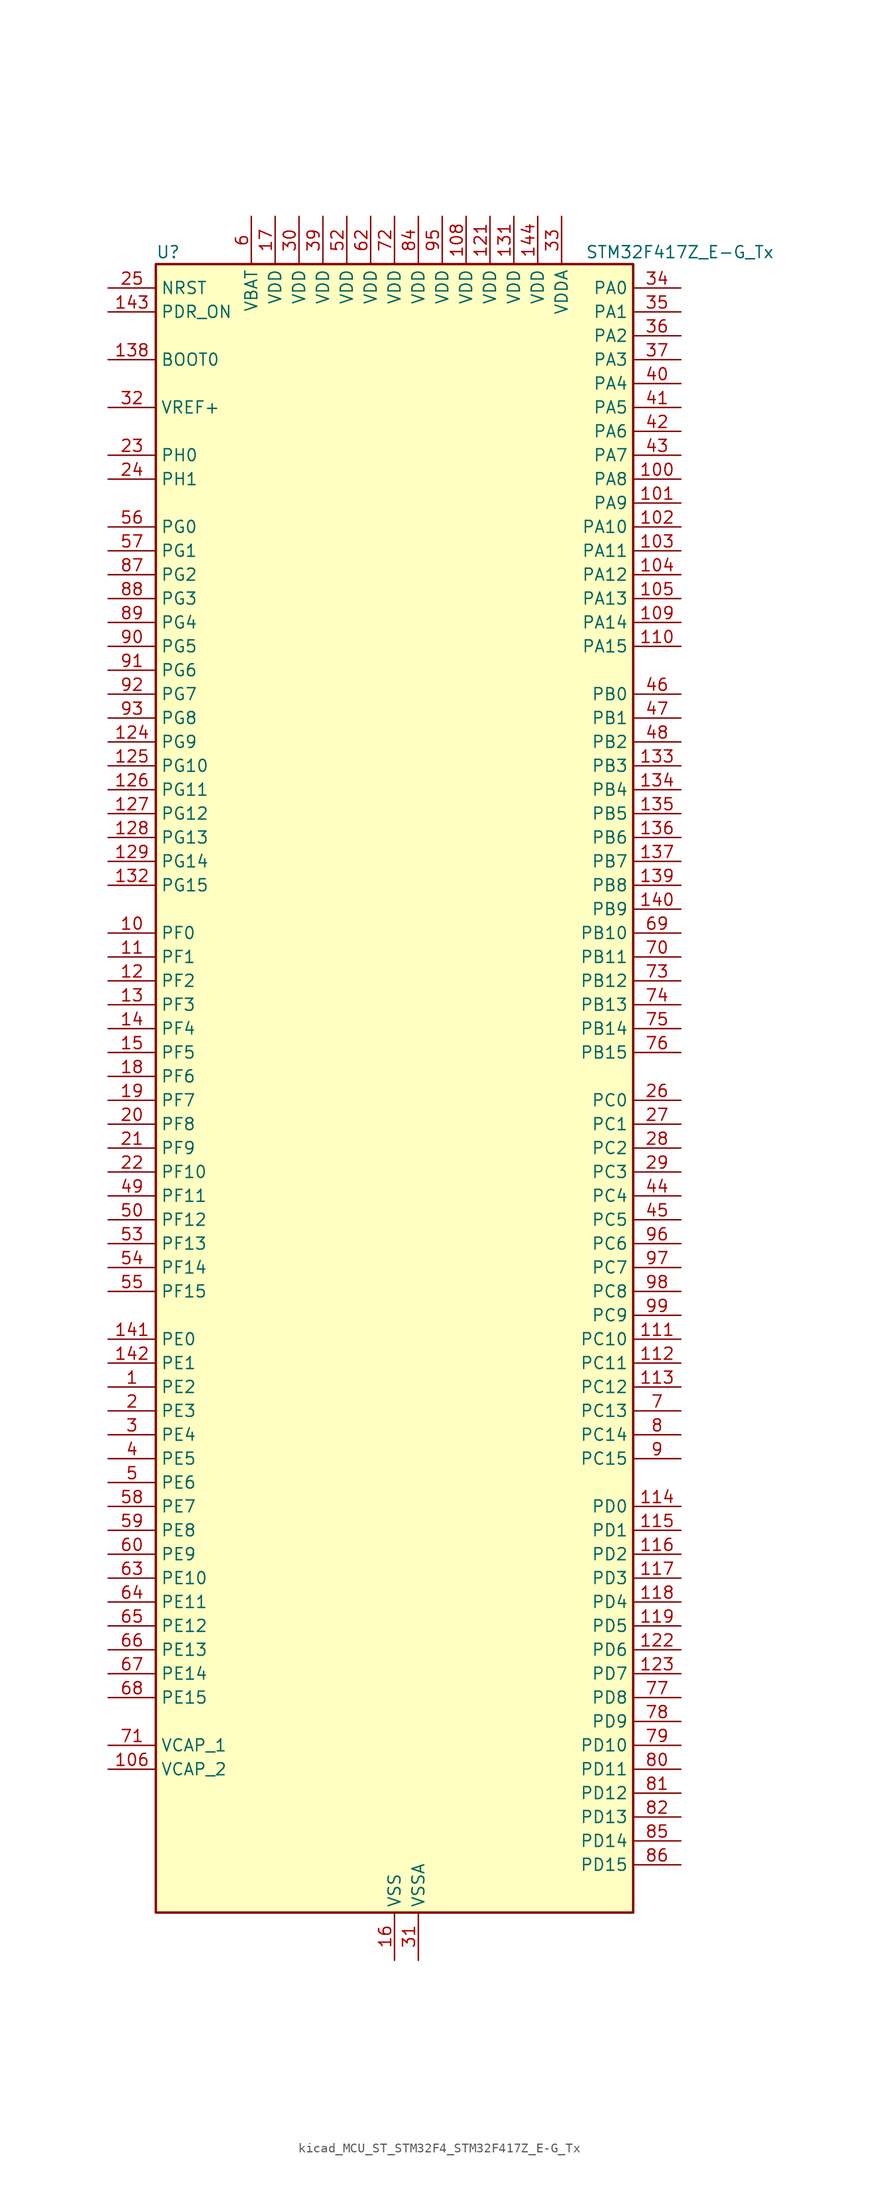
<source format=kicad_sym>
(kicad_symbol_lib
  (version 20220914)
  (generator kicad_symbol_editor)
  (symbol "kicad_MCU_ST_STM32F4_STM32F417Z_E-G_Tx"
    (property "Reference" "U"
      (at -25.4 90.17 0)
      (effects (font (size 1.27 1.27)) (justify left)))
    (property "Value" "STM32F417Z_E-G_Tx"
      (at 20.32 90.17 0)
      (effects (font (size 1.27 1.27)) (justify left)))
    (property "ki_locked" ""
      (at 0 0 0)
      (effects (font (size 1.27 1.27))))
    (symbol "kicad_MCU_ST_STM32F4_STM32F417Z_E-G_Tx_0_1"
      (rectangle (start -25.4 -86.36) (end 25.4 88.9) (stroke (width 0.254) (type default)) (fill (type background))))
    (symbol "kicad_MCU_ST_STM32F4_STM32F417Z_E-G_Tx_1_1"
      (pin bidirectional line (at -30.48 -30.48 0) (length 5.08) (name "PE2" (effects (font (size 1.27 1.27)))) (number "1" (effects (font (size 1.27 1.27)))) (alternate "ETH_TXD3" bidirectional line) (alternate "FSMC_A23" bidirectional line) (alternate "SYS_TRACECLK" bidirectional line))
      (pin bidirectional line (at -30.48 17.78 0) (length 5.08) (name "PF0" (effects (font (size 1.27 1.27)))) (number "10" (effects (font (size 1.27 1.27)))) (alternate "FSMC_A0" bidirectional line) (alternate "I2C2_SDA" bidirectional line))
      (pin bidirectional line (at 30.48 66.04 180) (length 5.08) (name "PA8" (effects (font (size 1.27 1.27)))) (number "100" (effects (font (size 1.27 1.27)))) (alternate "I2C3_SCL" bidirectional line) (alternate "RCC_MCO_1" bidirectional line) (alternate "TIM1_CH1" bidirectional line) (alternate "USART1_CK" bidirectional line) (alternate "USB_OTG_FS_SOF" bidirectional line))
      (pin bidirectional line (at 30.48 63.5 180) (length 5.08) (name "PA9" (effects (font (size 1.27 1.27)))) (number "101" (effects (font (size 1.27 1.27)))) (alternate "DAC_EXTI9" bidirectional line) (alternate "DCMI_D0" bidirectional line) (alternate "I2C3_SMBA" bidirectional line) (alternate "TIM1_CH2" bidirectional line) (alternate "USART1_TX" bidirectional line) (alternate "USB_OTG_FS_VBUS" bidirectional line))
      (pin bidirectional line (at 30.48 60.96 180) (length 5.08) (name "PA10" (effects (font (size 1.27 1.27)))) (number "102" (effects (font (size 1.27 1.27)))) (alternate "DCMI_D1" bidirectional line) (alternate "TIM1_CH3" bidirectional line) (alternate "USART1_RX" bidirectional line) (alternate "USB_OTG_FS_ID" bidirectional line))
      (pin bidirectional line (at 30.48 58.42 180) (length 5.08) (name "PA11" (effects (font (size 1.27 1.27)))) (number "103" (effects (font (size 1.27 1.27)))) (alternate "ADC1_EXTI11" bidirectional line) (alternate "ADC2_EXTI11" bidirectional line) (alternate "ADC3_EXTI11" bidirectional line) (alternate "CAN1_RX" bidirectional line) (alternate "TIM1_CH4" bidirectional line) (alternate "USART1_CTS" bidirectional line) (alternate "USB_OTG_FS_DM" bidirectional line))
      (pin bidirectional line (at 30.48 55.88 180) (length 5.08) (name "PA12" (effects (font (size 1.27 1.27)))) (number "104" (effects (font (size 1.27 1.27)))) (alternate "CAN1_TX" bidirectional line) (alternate "TIM1_ETR" bidirectional line) (alternate "USART1_RTS" bidirectional line) (alternate "USB_OTG_FS_DP" bidirectional line))
      (pin bidirectional line (at 30.48 53.34 180) (length 5.08) (name "PA13" (effects (font (size 1.27 1.27)))) (number "105" (effects (font (size 1.27 1.27)))) (alternate "SYS_JTMS-SWDIO" bidirectional line))
      (pin power_out line (at -30.48 -71.12 0) (length 5.08) (name "VCAP_2" (effects (font (size 1.27 1.27)))) (number "106" (effects (font (size 1.27 1.27)))))
      (pin passive line (at 0 -91.44 90) (length 5.08) hide (name "VSS" (effects (font (size 1.27 1.27)))) (number "107" (effects (font (size 1.27 1.27)))))
      (pin power_in line (at 7.62 93.98 270) (length 5.08) (name "VDD" (effects (font (size 1.27 1.27)))) (number "108" (effects (font (size 1.27 1.27)))))
      (pin bidirectional line (at 30.48 50.8 180) (length 5.08) (name "PA14" (effects (font (size 1.27 1.27)))) (number "109" (effects (font (size 1.27 1.27)))) (alternate "SYS_JTCK-SWCLK" bidirectional line))
      (pin bidirectional line (at -30.48 15.24 0) (length 5.08) (name "PF1" (effects (font (size 1.27 1.27)))) (number "11" (effects (font (size 1.27 1.27)))) (alternate "FSMC_A1" bidirectional line) (alternate "I2C2_SCL" bidirectional line))
      (pin bidirectional line (at 30.48 48.26 180) (length 5.08) (name "PA15" (effects (font (size 1.27 1.27)))) (number "110" (effects (font (size 1.27 1.27)))) (alternate "ADC1_EXTI15" bidirectional line) (alternate "ADC2_EXTI15" bidirectional line) (alternate "ADC3_EXTI15" bidirectional line) (alternate "I2S3_WS" bidirectional line) (alternate "SPI1_NSS" bidirectional line) (alternate "SPI3_NSS" bidirectional line) (alternate "SYS_JTDI" bidirectional line) (alternate "TIM2_CH1" bidirectional line) (alternate "TIM2_ETR" bidirectional line))
      (pin bidirectional line (at 30.48 -25.4 180) (length 5.08) (name "PC10" (effects (font (size 1.27 1.27)))) (number "111" (effects (font (size 1.27 1.27)))) (alternate "DCMI_D8" bidirectional line) (alternate "I2S3_CK" bidirectional line) (alternate "SDIO_D2" bidirectional line) (alternate "SPI3_SCK" bidirectional line) (alternate "UART4_TX" bidirectional line) (alternate "USART3_TX" bidirectional line))
      (pin bidirectional line (at 30.48 -27.94 180) (length 5.08) (name "PC11" (effects (font (size 1.27 1.27)))) (number "112" (effects (font (size 1.27 1.27)))) (alternate "ADC1_EXTI11" bidirectional line) (alternate "ADC2_EXTI11" bidirectional line) (alternate "ADC3_EXTI11" bidirectional line) (alternate "DCMI_D4" bidirectional line) (alternate "I2S3_ext_SD" bidirectional line) (alternate "SDIO_D3" bidirectional line) (alternate "SPI3_MISO" bidirectional line) (alternate "UART4_RX" bidirectional line) (alternate "USART3_RX" bidirectional line))
      (pin bidirectional line (at 30.48 -30.48 180) (length 5.08) (name "PC12" (effects (font (size 1.27 1.27)))) (number "113" (effects (font (size 1.27 1.27)))) (alternate "DCMI_D9" bidirectional line) (alternate "I2S3_SD" bidirectional line) (alternate "SDIO_CK" bidirectional line) (alternate "SPI3_MOSI" bidirectional line) (alternate "UART5_TX" bidirectional line) (alternate "USART3_CK" bidirectional line))
      (pin bidirectional line (at 30.48 -43.18 180) (length 5.08) (name "PD0" (effects (font (size 1.27 1.27)))) (number "114" (effects (font (size 1.27 1.27)))) (alternate "CAN1_RX" bidirectional line) (alternate "FSMC_D2" bidirectional line) (alternate "FSMC_DA2" bidirectional line))
      (pin bidirectional line (at 30.48 -45.72 180) (length 5.08) (name "PD1" (effects (font (size 1.27 1.27)))) (number "115" (effects (font (size 1.27 1.27)))) (alternate "CAN1_TX" bidirectional line) (alternate "FSMC_D3" bidirectional line) (alternate "FSMC_DA3" bidirectional line))
      (pin bidirectional line (at 30.48 -48.26 180) (length 5.08) (name "PD2" (effects (font (size 1.27 1.27)))) (number "116" (effects (font (size 1.27 1.27)))) (alternate "DCMI_D11" bidirectional line) (alternate "SDIO_CMD" bidirectional line) (alternate "TIM3_ETR" bidirectional line) (alternate "UART5_RX" bidirectional line))
      (pin bidirectional line (at 30.48 -50.8 180) (length 5.08) (name "PD3" (effects (font (size 1.27 1.27)))) (number "117" (effects (font (size 1.27 1.27)))) (alternate "FSMC_CLK" bidirectional line) (alternate "USART2_CTS" bidirectional line))
      (pin bidirectional line (at 30.48 -53.34 180) (length 5.08) (name "PD4" (effects (font (size 1.27 1.27)))) (number "118" (effects (font (size 1.27 1.27)))) (alternate "FSMC_NOE" bidirectional line) (alternate "USART2_RTS" bidirectional line))
      (pin bidirectional line (at 30.48 -55.88 180) (length 5.08) (name "PD5" (effects (font (size 1.27 1.27)))) (number "119" (effects (font (size 1.27 1.27)))) (alternate "FSMC_NWE" bidirectional line) (alternate "USART2_TX" bidirectional line))
      (pin bidirectional line (at -30.48 12.7 0) (length 5.08) (name "PF2" (effects (font (size 1.27 1.27)))) (number "12" (effects (font (size 1.27 1.27)))) (alternate "FSMC_A2" bidirectional line) (alternate "I2C2_SMBA" bidirectional line))
      (pin passive line (at 0 -91.44 90) (length 5.08) hide (name "VSS" (effects (font (size 1.27 1.27)))) (number "120" (effects (font (size 1.27 1.27)))))
      (pin power_in line (at 10.16 93.98 270) (length 5.08) (name "VDD" (effects (font (size 1.27 1.27)))) (number "121" (effects (font (size 1.27 1.27)))))
      (pin bidirectional line (at 30.48 -58.42 180) (length 5.08) (name "PD6" (effects (font (size 1.27 1.27)))) (number "122" (effects (font (size 1.27 1.27)))) (alternate "FSMC_NWAIT" bidirectional line) (alternate "USART2_RX" bidirectional line))
      (pin bidirectional line (at 30.48 -60.96 180) (length 5.08) (name "PD7" (effects (font (size 1.27 1.27)))) (number "123" (effects (font (size 1.27 1.27)))) (alternate "FSMC_NCE2" bidirectional line) (alternate "FSMC_NE1" bidirectional line) (alternate "USART2_CK" bidirectional line))
      (pin bidirectional line (at -30.48 38.1 0) (length 5.08) (name "PG9" (effects (font (size 1.27 1.27)))) (number "124" (effects (font (size 1.27 1.27)))) (alternate "DAC_EXTI9" bidirectional line) (alternate "FSMC_NCE3" bidirectional line) (alternate "FSMC_NE2" bidirectional line) (alternate "USART6_RX" bidirectional line))
      (pin bidirectional line (at -30.48 35.56 0) (length 5.08) (name "PG10" (effects (font (size 1.27 1.27)))) (number "125" (effects (font (size 1.27 1.27)))) (alternate "FSMC_NCE4_1" bidirectional line) (alternate "FSMC_NE3" bidirectional line))
      (pin bidirectional line (at -30.48 33.02 0) (length 5.08) (name "PG11" (effects (font (size 1.27 1.27)))) (number "126" (effects (font (size 1.27 1.27)))) (alternate "ADC1_EXTI11" bidirectional line) (alternate "ADC2_EXTI11" bidirectional line) (alternate "ADC3_EXTI11" bidirectional line) (alternate "ETH_TX_EN" bidirectional line) (alternate "FSMC_NCE4_2" bidirectional line))
      (pin bidirectional line (at -30.48 30.48 0) (length 5.08) (name "PG12" (effects (font (size 1.27 1.27)))) (number "127" (effects (font (size 1.27 1.27)))) (alternate "FSMC_NE4" bidirectional line) (alternate "USART6_RTS" bidirectional line))
      (pin bidirectional line (at -30.48 27.94 0) (length 5.08) (name "PG13" (effects (font (size 1.27 1.27)))) (number "128" (effects (font (size 1.27 1.27)))) (alternate "ETH_TXD0" bidirectional line) (alternate "FSMC_A24" bidirectional line) (alternate "USART6_CTS" bidirectional line))
      (pin bidirectional line (at -30.48 25.4 0) (length 5.08) (name "PG14" (effects (font (size 1.27 1.27)))) (number "129" (effects (font (size 1.27 1.27)))) (alternate "ETH_TXD1" bidirectional line) (alternate "FSMC_A25" bidirectional line) (alternate "USART6_TX" bidirectional line))
      (pin bidirectional line (at -30.48 10.16 0) (length 5.08) (name "PF3" (effects (font (size 1.27 1.27)))) (number "13" (effects (font (size 1.27 1.27)))) (alternate "ADC3_IN9" bidirectional line) (alternate "FSMC_A3" bidirectional line))
      (pin passive line (at 0 -91.44 90) (length 5.08) hide (name "VSS" (effects (font (size 1.27 1.27)))) (number "130" (effects (font (size 1.27 1.27)))))
      (pin power_in line (at 12.7 93.98 270) (length 5.08) (name "VDD" (effects (font (size 1.27 1.27)))) (number "131" (effects (font (size 1.27 1.27)))))
      (pin bidirectional line (at -30.48 22.86 0) (length 5.08) (name "PG15" (effects (font (size 1.27 1.27)))) (number "132" (effects (font (size 1.27 1.27)))) (alternate "ADC1_EXTI15" bidirectional line) (alternate "ADC2_EXTI15" bidirectional line) (alternate "ADC3_EXTI15" bidirectional line) (alternate "DCMI_D13" bidirectional line) (alternate "USART6_CTS" bidirectional line))
      (pin bidirectional line (at 30.48 35.56 180) (length 5.08) (name "PB3" (effects (font (size 1.27 1.27)))) (number "133" (effects (font (size 1.27 1.27)))) (alternate "I2S3_CK" bidirectional line) (alternate "SPI1_SCK" bidirectional line) (alternate "SPI3_SCK" bidirectional line) (alternate "SYS_JTDO-SWO" bidirectional line) (alternate "TIM2_CH2" bidirectional line))
      (pin bidirectional line (at 30.48 33.02 180) (length 5.08) (name "PB4" (effects (font (size 1.27 1.27)))) (number "134" (effects (font (size 1.27 1.27)))) (alternate "I2S3_ext_SD" bidirectional line) (alternate "SPI1_MISO" bidirectional line) (alternate "SPI3_MISO" bidirectional line) (alternate "SYS_JTRST" bidirectional line) (alternate "TIM3_CH1" bidirectional line))
      (pin bidirectional line (at 30.48 30.48 180) (length 5.08) (name "PB5" (effects (font (size 1.27 1.27)))) (number "135" (effects (font (size 1.27 1.27)))) (alternate "CAN2_RX" bidirectional line) (alternate "DCMI_D10" bidirectional line) (alternate "ETH_PPS_OUT" bidirectional line) (alternate "I2C1_SMBA" bidirectional line) (alternate "I2S3_SD" bidirectional line) (alternate "SPI1_MOSI" bidirectional line) (alternate "SPI3_MOSI" bidirectional line) (alternate "TIM3_CH2" bidirectional line) (alternate "USB_OTG_HS_ULPI_D7" bidirectional line))
      (pin bidirectional line (at 30.48 27.94 180) (length 5.08) (name "PB6" (effects (font (size 1.27 1.27)))) (number "136" (effects (font (size 1.27 1.27)))) (alternate "CAN2_TX" bidirectional line) (alternate "DCMI_D5" bidirectional line) (alternate "I2C1_SCL" bidirectional line) (alternate "TIM4_CH1" bidirectional line) (alternate "USART1_TX" bidirectional line))
      (pin bidirectional line (at 30.48 25.4 180) (length 5.08) (name "PB7" (effects (font (size 1.27 1.27)))) (number "137" (effects (font (size 1.27 1.27)))) (alternate "DCMI_VSYNC" bidirectional line) (alternate "FSMC_NL" bidirectional line) (alternate "I2C1_SDA" bidirectional line) (alternate "TIM4_CH2" bidirectional line) (alternate "USART1_RX" bidirectional line))
      (pin input line (at -30.48 78.74 0) (length 5.08) (name "BOOT0" (effects (font (size 1.27 1.27)))) (number "138" (effects (font (size 1.27 1.27)))))
      (pin bidirectional line (at 30.48 22.86 180) (length 5.08) (name "PB8" (effects (font (size 1.27 1.27)))) (number "139" (effects (font (size 1.27 1.27)))) (alternate "CAN1_RX" bidirectional line) (alternate "DCMI_D6" bidirectional line) (alternate "ETH_TXD3" bidirectional line) (alternate "I2C1_SCL" bidirectional line) (alternate "SDIO_D4" bidirectional line) (alternate "TIM10_CH1" bidirectional line) (alternate "TIM4_CH3" bidirectional line))
      (pin bidirectional line (at -30.48 7.62 0) (length 5.08) (name "PF4" (effects (font (size 1.27 1.27)))) (number "14" (effects (font (size 1.27 1.27)))) (alternate "ADC3_IN14" bidirectional line) (alternate "FSMC_A4" bidirectional line))
      (pin bidirectional line (at 30.48 20.32 180) (length 5.08) (name "PB9" (effects (font (size 1.27 1.27)))) (number "140" (effects (font (size 1.27 1.27)))) (alternate "CAN1_TX" bidirectional line) (alternate "DAC_EXTI9" bidirectional line) (alternate "DCMI_D7" bidirectional line) (alternate "I2C1_SDA" bidirectional line) (alternate "I2S2_WS" bidirectional line) (alternate "SDIO_D5" bidirectional line) (alternate "SPI2_NSS" bidirectional line) (alternate "TIM11_CH1" bidirectional line) (alternate "TIM4_CH4" bidirectional line))
      (pin bidirectional line (at -30.48 -25.4 0) (length 5.08) (name "PE0" (effects (font (size 1.27 1.27)))) (number "141" (effects (font (size 1.27 1.27)))) (alternate "DCMI_D2" bidirectional line) (alternate "FSMC_NBL0" bidirectional line) (alternate "TIM4_ETR" bidirectional line))
      (pin bidirectional line (at -30.48 -27.94 0) (length 5.08) (name "PE1" (effects (font (size 1.27 1.27)))) (number "142" (effects (font (size 1.27 1.27)))) (alternate "DCMI_D3" bidirectional line) (alternate "FSMC_NBL1" bidirectional line))
      (pin input line (at -30.48 83.82 0) (length 5.08) (name "PDR_ON" (effects (font (size 1.27 1.27)))) (number "143" (effects (font (size 1.27 1.27)))))
      (pin power_in line (at 15.24 93.98 270) (length 5.08) (name "VDD" (effects (font (size 1.27 1.27)))) (number "144" (effects (font (size 1.27 1.27)))))
      (pin bidirectional line (at -30.48 5.08 0) (length 5.08) (name "PF5" (effects (font (size 1.27 1.27)))) (number "15" (effects (font (size 1.27 1.27)))) (alternate "ADC3_IN15" bidirectional line) (alternate "FSMC_A5" bidirectional line))
      (pin power_in line (at 0 -91.44 90) (length 5.08) (name "VSS" (effects (font (size 1.27 1.27)))) (number "16" (effects (font (size 1.27 1.27)))))
      (pin power_in line (at -12.7 93.98 270) (length 5.08) (name "VDD" (effects (font (size 1.27 1.27)))) (number "17" (effects (font (size 1.27 1.27)))))
      (pin bidirectional line (at -30.48 2.54 0) (length 5.08) (name "PF6" (effects (font (size 1.27 1.27)))) (number "18" (effects (font (size 1.27 1.27)))) (alternate "ADC3_IN4" bidirectional line) (alternate "FSMC_NIORD" bidirectional line) (alternate "TIM10_CH1" bidirectional line))
      (pin bidirectional line (at -30.48 0 0) (length 5.08) (name "PF7" (effects (font (size 1.27 1.27)))) (number "19" (effects (font (size 1.27 1.27)))) (alternate "ADC3_IN5" bidirectional line) (alternate "FSMC_NREG" bidirectional line) (alternate "TIM11_CH1" bidirectional line))
      (pin bidirectional line (at -30.48 -33.02 0) (length 5.08) (name "PE3" (effects (font (size 1.27 1.27)))) (number "2" (effects (font (size 1.27 1.27)))) (alternate "FSMC_A19" bidirectional line) (alternate "SYS_TRACED0" bidirectional line))
      (pin bidirectional line (at -30.48 -2.54 0) (length 5.08) (name "PF8" (effects (font (size 1.27 1.27)))) (number "20" (effects (font (size 1.27 1.27)))) (alternate "ADC3_IN6" bidirectional line) (alternate "FSMC_NIOWR" bidirectional line) (alternate "TIM13_CH1" bidirectional line))
      (pin bidirectional line (at -30.48 -5.08 0) (length 5.08) (name "PF9" (effects (font (size 1.27 1.27)))) (number "21" (effects (font (size 1.27 1.27)))) (alternate "ADC3_IN7" bidirectional line) (alternate "DAC_EXTI9" bidirectional line) (alternate "FSMC_CD" bidirectional line) (alternate "TIM14_CH1" bidirectional line))
      (pin bidirectional line (at -30.48 -7.62 0) (length 5.08) (name "PF10" (effects (font (size 1.27 1.27)))) (number "22" (effects (font (size 1.27 1.27)))) (alternate "ADC3_IN8" bidirectional line) (alternate "FSMC_INTR" bidirectional line))
      (pin bidirectional line (at -30.48 68.58 0) (length 5.08) (name "PH0" (effects (font (size 1.27 1.27)))) (number "23" (effects (font (size 1.27 1.27)))) (alternate "RCC_OSC_IN" bidirectional line))
      (pin bidirectional line (at -30.48 66.04 0) (length 5.08) (name "PH1" (effects (font (size 1.27 1.27)))) (number "24" (effects (font (size 1.27 1.27)))) (alternate "RCC_OSC_OUT" bidirectional line))
      (pin input line (at -30.48 86.36 0) (length 5.08) (name "NRST" (effects (font (size 1.27 1.27)))) (number "25" (effects (font (size 1.27 1.27)))))
      (pin bidirectional line (at 30.48 0 180) (length 5.08) (name "PC0" (effects (font (size 1.27 1.27)))) (number "26" (effects (font (size 1.27 1.27)))) (alternate "ADC1_IN10" bidirectional line) (alternate "ADC2_IN10" bidirectional line) (alternate "ADC3_IN10" bidirectional line) (alternate "USB_OTG_HS_ULPI_STP" bidirectional line))
      (pin bidirectional line (at 30.48 -2.54 180) (length 5.08) (name "PC1" (effects (font (size 1.27 1.27)))) (number "27" (effects (font (size 1.27 1.27)))) (alternate "ADC1_IN11" bidirectional line) (alternate "ADC2_IN11" bidirectional line) (alternate "ADC3_IN11" bidirectional line) (alternate "ETH_MDC" bidirectional line))
      (pin bidirectional line (at 30.48 -5.08 180) (length 5.08) (name "PC2" (effects (font (size 1.27 1.27)))) (number "28" (effects (font (size 1.27 1.27)))) (alternate "ADC1_IN12" bidirectional line) (alternate "ADC2_IN12" bidirectional line) (alternate "ADC3_IN12" bidirectional line) (alternate "ETH_TXD2" bidirectional line) (alternate "I2S2_ext_SD" bidirectional line) (alternate "SPI2_MISO" bidirectional line) (alternate "USB_OTG_HS_ULPI_DIR" bidirectional line))
      (pin bidirectional line (at 30.48 -7.62 180) (length 5.08) (name "PC3" (effects (font (size 1.27 1.27)))) (number "29" (effects (font (size 1.27 1.27)))) (alternate "ADC1_IN13" bidirectional line) (alternate "ADC2_IN13" bidirectional line) (alternate "ADC3_IN13" bidirectional line) (alternate "ETH_TX_CLK" bidirectional line) (alternate "I2S2_SD" bidirectional line) (alternate "SPI2_MOSI" bidirectional line) (alternate "USB_OTG_HS_ULPI_NXT" bidirectional line))
      (pin bidirectional line (at -30.48 -35.56 0) (length 5.08) (name "PE4" (effects (font (size 1.27 1.27)))) (number "3" (effects (font (size 1.27 1.27)))) (alternate "DCMI_D4" bidirectional line) (alternate "FSMC_A20" bidirectional line) (alternate "SYS_TRACED1" bidirectional line))
      (pin power_in line (at -10.16 93.98 270) (length 5.08) (name "VDD" (effects (font (size 1.27 1.27)))) (number "30" (effects (font (size 1.27 1.27)))))
      (pin power_in line (at 2.54 -91.44 90) (length 5.08) (name "VSSA" (effects (font (size 1.27 1.27)))) (number "31" (effects (font (size 1.27 1.27)))))
      (pin input line (at -30.48 73.66 0) (length 5.08) (name "VREF+" (effects (font (size 1.27 1.27)))) (number "32" (effects (font (size 1.27 1.27)))))
      (pin power_in line (at 17.78 93.98 270) (length 5.08) (name "VDDA" (effects (font (size 1.27 1.27)))) (number "33" (effects (font (size 1.27 1.27)))))
      (pin bidirectional line (at 30.48 86.36 180) (length 5.08) (name "PA0" (effects (font (size 1.27 1.27)))) (number "34" (effects (font (size 1.27 1.27)))) (alternate "ADC1_IN0" bidirectional line) (alternate "ADC2_IN0" bidirectional line) (alternate "ADC3_IN0" bidirectional line) (alternate "ETH_CRS" bidirectional line) (alternate "SYS_WKUP" bidirectional line) (alternate "TIM2_CH1" bidirectional line) (alternate "TIM2_ETR" bidirectional line) (alternate "TIM5_CH1" bidirectional line) (alternate "TIM8_ETR" bidirectional line) (alternate "UART4_TX" bidirectional line) (alternate "USART2_CTS" bidirectional line))
      (pin bidirectional line (at 30.48 83.82 180) (length 5.08) (name "PA1" (effects (font (size 1.27 1.27)))) (number "35" (effects (font (size 1.27 1.27)))) (alternate "ADC1_IN1" bidirectional line) (alternate "ADC2_IN1" bidirectional line) (alternate "ADC3_IN1" bidirectional line) (alternate "ETH_REF_CLK" bidirectional line) (alternate "ETH_RX_CLK" bidirectional line) (alternate "TIM2_CH2" bidirectional line) (alternate "TIM5_CH2" bidirectional line) (alternate "UART4_RX" bidirectional line) (alternate "USART2_RTS" bidirectional line))
      (pin bidirectional line (at 30.48 81.28 180) (length 5.08) (name "PA2" (effects (font (size 1.27 1.27)))) (number "36" (effects (font (size 1.27 1.27)))) (alternate "ADC1_IN2" bidirectional line) (alternate "ADC2_IN2" bidirectional line) (alternate "ADC3_IN2" bidirectional line) (alternate "ETH_MDIO" bidirectional line) (alternate "TIM2_CH3" bidirectional line) (alternate "TIM5_CH3" bidirectional line) (alternate "TIM9_CH1" bidirectional line) (alternate "USART2_TX" bidirectional line))
      (pin bidirectional line (at 30.48 78.74 180) (length 5.08) (name "PA3" (effects (font (size 1.27 1.27)))) (number "37" (effects (font (size 1.27 1.27)))) (alternate "ADC1_IN3" bidirectional line) (alternate "ADC2_IN3" bidirectional line) (alternate "ADC3_IN3" bidirectional line) (alternate "ETH_COL" bidirectional line) (alternate "TIM2_CH4" bidirectional line) (alternate "TIM5_CH4" bidirectional line) (alternate "TIM9_CH2" bidirectional line) (alternate "USART2_RX" bidirectional line) (alternate "USB_OTG_HS_ULPI_D0" bidirectional line))
      (pin passive line (at 0 -91.44 90) (length 5.08) hide (name "VSS" (effects (font (size 1.27 1.27)))) (number "38" (effects (font (size 1.27 1.27)))))
      (pin power_in line (at -7.62 93.98 270) (length 5.08) (name "VDD" (effects (font (size 1.27 1.27)))) (number "39" (effects (font (size 1.27 1.27)))))
      (pin bidirectional line (at -30.48 -38.1 0) (length 5.08) (name "PE5" (effects (font (size 1.27 1.27)))) (number "4" (effects (font (size 1.27 1.27)))) (alternate "DCMI_D6" bidirectional line) (alternate "FSMC_A21" bidirectional line) (alternate "SYS_TRACED2" bidirectional line) (alternate "TIM9_CH1" bidirectional line))
      (pin bidirectional line (at 30.48 76.2 180) (length 5.08) (name "PA4" (effects (font (size 1.27 1.27)))) (number "40" (effects (font (size 1.27 1.27)))) (alternate "ADC1_IN4" bidirectional line) (alternate "ADC2_IN4" bidirectional line) (alternate "DAC_OUT1" bidirectional line) (alternate "DCMI_HSYNC" bidirectional line) (alternate "I2S3_WS" bidirectional line) (alternate "SPI1_NSS" bidirectional line) (alternate "SPI3_NSS" bidirectional line) (alternate "USART2_CK" bidirectional line) (alternate "USB_OTG_HS_SOF" bidirectional line))
      (pin bidirectional line (at 30.48 73.66 180) (length 5.08) (name "PA5" (effects (font (size 1.27 1.27)))) (number "41" (effects (font (size 1.27 1.27)))) (alternate "ADC1_IN5" bidirectional line) (alternate "ADC2_IN5" bidirectional line) (alternate "DAC_OUT2" bidirectional line) (alternate "SPI1_SCK" bidirectional line) (alternate "TIM2_CH1" bidirectional line) (alternate "TIM2_ETR" bidirectional line) (alternate "TIM8_CH1N" bidirectional line) (alternate "USB_OTG_HS_ULPI_CK" bidirectional line))
      (pin bidirectional line (at 30.48 71.12 180) (length 5.08) (name "PA6" (effects (font (size 1.27 1.27)))) (number "42" (effects (font (size 1.27 1.27)))) (alternate "ADC1_IN6" bidirectional line) (alternate "ADC2_IN6" bidirectional line) (alternate "DCMI_PIXCLK" bidirectional line) (alternate "SPI1_MISO" bidirectional line) (alternate "TIM13_CH1" bidirectional line) (alternate "TIM1_BKIN" bidirectional line) (alternate "TIM3_CH1" bidirectional line) (alternate "TIM8_BKIN" bidirectional line))
      (pin bidirectional line (at 30.48 68.58 180) (length 5.08) (name "PA7" (effects (font (size 1.27 1.27)))) (number "43" (effects (font (size 1.27 1.27)))) (alternate "ADC1_IN7" bidirectional line) (alternate "ADC2_IN7" bidirectional line) (alternate "ETH_CRS_DV" bidirectional line) (alternate "ETH_RX_DV" bidirectional line) (alternate "SPI1_MOSI" bidirectional line) (alternate "TIM14_CH1" bidirectional line) (alternate "TIM1_CH1N" bidirectional line) (alternate "TIM3_CH2" bidirectional line) (alternate "TIM8_CH1N" bidirectional line))
      (pin bidirectional line (at 30.48 -10.16 180) (length 5.08) (name "PC4" (effects (font (size 1.27 1.27)))) (number "44" (effects (font (size 1.27 1.27)))) (alternate "ADC1_IN14" bidirectional line) (alternate "ADC2_IN14" bidirectional line) (alternate "ETH_RXD0" bidirectional line))
      (pin bidirectional line (at 30.48 -12.7 180) (length 5.08) (name "PC5" (effects (font (size 1.27 1.27)))) (number "45" (effects (font (size 1.27 1.27)))) (alternate "ADC1_IN15" bidirectional line) (alternate "ADC2_IN15" bidirectional line) (alternate "ETH_RXD1" bidirectional line))
      (pin bidirectional line (at 30.48 43.18 180) (length 5.08) (name "PB0" (effects (font (size 1.27 1.27)))) (number "46" (effects (font (size 1.27 1.27)))) (alternate "ADC1_IN8" bidirectional line) (alternate "ADC2_IN8" bidirectional line) (alternate "ETH_RXD2" bidirectional line) (alternate "TIM1_CH2N" bidirectional line) (alternate "TIM3_CH3" bidirectional line) (alternate "TIM8_CH2N" bidirectional line) (alternate "USB_OTG_HS_ULPI_D1" bidirectional line))
      (pin bidirectional line (at 30.48 40.64 180) (length 5.08) (name "PB1" (effects (font (size 1.27 1.27)))) (number "47" (effects (font (size 1.27 1.27)))) (alternate "ADC1_IN9" bidirectional line) (alternate "ADC2_IN9" bidirectional line) (alternate "ETH_RXD3" bidirectional line) (alternate "TIM1_CH3N" bidirectional line) (alternate "TIM3_CH4" bidirectional line) (alternate "TIM8_CH3N" bidirectional line) (alternate "USB_OTG_HS_ULPI_D2" bidirectional line))
      (pin bidirectional line (at 30.48 38.1 180) (length 5.08) (name "PB2" (effects (font (size 1.27 1.27)))) (number "48" (effects (font (size 1.27 1.27)))))
      (pin bidirectional line (at -30.48 -10.16 0) (length 5.08) (name "PF11" (effects (font (size 1.27 1.27)))) (number "49" (effects (font (size 1.27 1.27)))) (alternate "ADC1_EXTI11" bidirectional line) (alternate "ADC2_EXTI11" bidirectional line) (alternate "ADC3_EXTI11" bidirectional line) (alternate "DCMI_D12" bidirectional line))
      (pin bidirectional line (at -30.48 -40.64 0) (length 5.08) (name "PE6" (effects (font (size 1.27 1.27)))) (number "5" (effects (font (size 1.27 1.27)))) (alternate "DCMI_D7" bidirectional line) (alternate "FSMC_A22" bidirectional line) (alternate "SYS_TRACED3" bidirectional line) (alternate "TIM9_CH2" bidirectional line))
      (pin bidirectional line (at -30.48 -12.7 0) (length 5.08) (name "PF12" (effects (font (size 1.27 1.27)))) (number "50" (effects (font (size 1.27 1.27)))) (alternate "FSMC_A6" bidirectional line))
      (pin passive line (at 0 -91.44 90) (length 5.08) hide (name "VSS" (effects (font (size 1.27 1.27)))) (number "51" (effects (font (size 1.27 1.27)))))
      (pin power_in line (at -5.08 93.98 270) (length 5.08) (name "VDD" (effects (font (size 1.27 1.27)))) (number "52" (effects (font (size 1.27 1.27)))))
      (pin bidirectional line (at -30.48 -15.24 0) (length 5.08) (name "PF13" (effects (font (size 1.27 1.27)))) (number "53" (effects (font (size 1.27 1.27)))) (alternate "FSMC_A7" bidirectional line))
      (pin bidirectional line (at -30.48 -17.78 0) (length 5.08) (name "PF14" (effects (font (size 1.27 1.27)))) (number "54" (effects (font (size 1.27 1.27)))) (alternate "FSMC_A8" bidirectional line))
      (pin bidirectional line (at -30.48 -20.32 0) (length 5.08) (name "PF15" (effects (font (size 1.27 1.27)))) (number "55" (effects (font (size 1.27 1.27)))) (alternate "ADC1_EXTI15" bidirectional line) (alternate "ADC2_EXTI15" bidirectional line) (alternate "ADC3_EXTI15" bidirectional line) (alternate "FSMC_A9" bidirectional line))
      (pin bidirectional line (at -30.48 60.96 0) (length 5.08) (name "PG0" (effects (font (size 1.27 1.27)))) (number "56" (effects (font (size 1.27 1.27)))) (alternate "FSMC_A10" bidirectional line))
      (pin bidirectional line (at -30.48 58.42 0) (length 5.08) (name "PG1" (effects (font (size 1.27 1.27)))) (number "57" (effects (font (size 1.27 1.27)))) (alternate "FSMC_A11" bidirectional line))
      (pin bidirectional line (at -30.48 -43.18 0) (length 5.08) (name "PE7" (effects (font (size 1.27 1.27)))) (number "58" (effects (font (size 1.27 1.27)))) (alternate "FSMC_D4" bidirectional line) (alternate "FSMC_DA4" bidirectional line) (alternate "TIM1_ETR" bidirectional line))
      (pin bidirectional line (at -30.48 -45.72 0) (length 5.08) (name "PE8" (effects (font (size 1.27 1.27)))) (number "59" (effects (font (size 1.27 1.27)))) (alternate "FSMC_D5" bidirectional line) (alternate "FSMC_DA5" bidirectional line) (alternate "TIM1_CH1N" bidirectional line))
      (pin power_in line (at -15.24 93.98 270) (length 5.08) (name "VBAT" (effects (font (size 1.27 1.27)))) (number "6" (effects (font (size 1.27 1.27)))))
      (pin bidirectional line (at -30.48 -48.26 0) (length 5.08) (name "PE9" (effects (font (size 1.27 1.27)))) (number "60" (effects (font (size 1.27 1.27)))) (alternate "DAC_EXTI9" bidirectional line) (alternate "FSMC_D6" bidirectional line) (alternate "FSMC_DA6" bidirectional line) (alternate "TIM1_CH1" bidirectional line))
      (pin passive line (at 0 -91.44 90) (length 5.08) hide (name "VSS" (effects (font (size 1.27 1.27)))) (number "61" (effects (font (size 1.27 1.27)))))
      (pin power_in line (at -2.54 93.98 270) (length 5.08) (name "VDD" (effects (font (size 1.27 1.27)))) (number "62" (effects (font (size 1.27 1.27)))))
      (pin bidirectional line (at -30.48 -50.8 0) (length 5.08) (name "PE10" (effects (font (size 1.27 1.27)))) (number "63" (effects (font (size 1.27 1.27)))) (alternate "FSMC_D7" bidirectional line) (alternate "FSMC_DA7" bidirectional line) (alternate "TIM1_CH2N" bidirectional line))
      (pin bidirectional line (at -30.48 -53.34 0) (length 5.08) (name "PE11" (effects (font (size 1.27 1.27)))) (number "64" (effects (font (size 1.27 1.27)))) (alternate "ADC1_EXTI11" bidirectional line) (alternate "ADC2_EXTI11" bidirectional line) (alternate "ADC3_EXTI11" bidirectional line) (alternate "FSMC_D8" bidirectional line) (alternate "FSMC_DA8" bidirectional line) (alternate "TIM1_CH2" bidirectional line))
      (pin bidirectional line (at -30.48 -55.88 0) (length 5.08) (name "PE12" (effects (font (size 1.27 1.27)))) (number "65" (effects (font (size 1.27 1.27)))) (alternate "FSMC_D9" bidirectional line) (alternate "FSMC_DA9" bidirectional line) (alternate "TIM1_CH3N" bidirectional line))
      (pin bidirectional line (at -30.48 -58.42 0) (length 5.08) (name "PE13" (effects (font (size 1.27 1.27)))) (number "66" (effects (font (size 1.27 1.27)))) (alternate "FSMC_D10" bidirectional line) (alternate "FSMC_DA10" bidirectional line) (alternate "TIM1_CH3" bidirectional line))
      (pin bidirectional line (at -30.48 -60.96 0) (length 5.08) (name "PE14" (effects (font (size 1.27 1.27)))) (number "67" (effects (font (size 1.27 1.27)))) (alternate "FSMC_D11" bidirectional line) (alternate "FSMC_DA11" bidirectional line) (alternate "TIM1_CH4" bidirectional line))
      (pin bidirectional line (at -30.48 -63.5 0) (length 5.08) (name "PE15" (effects (font (size 1.27 1.27)))) (number "68" (effects (font (size 1.27 1.27)))) (alternate "ADC1_EXTI15" bidirectional line) (alternate "ADC2_EXTI15" bidirectional line) (alternate "ADC3_EXTI15" bidirectional line) (alternate "FSMC_D12" bidirectional line) (alternate "FSMC_DA12" bidirectional line) (alternate "TIM1_BKIN" bidirectional line))
      (pin bidirectional line (at 30.48 17.78 180) (length 5.08) (name "PB10" (effects (font (size 1.27 1.27)))) (number "69" (effects (font (size 1.27 1.27)))) (alternate "ETH_RX_ER" bidirectional line) (alternate "I2C2_SCL" bidirectional line) (alternate "I2S2_CK" bidirectional line) (alternate "SPI2_SCK" bidirectional line) (alternate "TIM2_CH3" bidirectional line) (alternate "USART3_TX" bidirectional line) (alternate "USB_OTG_HS_ULPI_D3" bidirectional line))
      (pin bidirectional line (at 30.48 -33.02 180) (length 5.08) (name "PC13" (effects (font (size 1.27 1.27)))) (number "7" (effects (font (size 1.27 1.27)))) (alternate "RTC_AF1" bidirectional line))
      (pin bidirectional line (at 30.48 15.24 180) (length 5.08) (name "PB11" (effects (font (size 1.27 1.27)))) (number "70" (effects (font (size 1.27 1.27)))) (alternate "ADC1_EXTI11" bidirectional line) (alternate "ADC2_EXTI11" bidirectional line) (alternate "ADC3_EXTI11" bidirectional line) (alternate "ETH_TX_EN" bidirectional line) (alternate "I2C2_SDA" bidirectional line) (alternate "TIM2_CH4" bidirectional line) (alternate "USART3_RX" bidirectional line) (alternate "USB_OTG_HS_ULPI_D4" bidirectional line))
      (pin power_out line (at -30.48 -68.58 0) (length 5.08) (name "VCAP_1" (effects (font (size 1.27 1.27)))) (number "71" (effects (font (size 1.27 1.27)))))
      (pin power_in line (at 0 93.98 270) (length 5.08) (name "VDD" (effects (font (size 1.27 1.27)))) (number "72" (effects (font (size 1.27 1.27)))))
      (pin bidirectional line (at 30.48 12.7 180) (length 5.08) (name "PB12" (effects (font (size 1.27 1.27)))) (number "73" (effects (font (size 1.27 1.27)))) (alternate "CAN2_RX" bidirectional line) (alternate "ETH_TXD0" bidirectional line) (alternate "I2C2_SMBA" bidirectional line) (alternate "I2S2_WS" bidirectional line) (alternate "SPI2_NSS" bidirectional line) (alternate "TIM1_BKIN" bidirectional line) (alternate "USART3_CK" bidirectional line) (alternate "USB_OTG_HS_ID" bidirectional line) (alternate "USB_OTG_HS_ULPI_D5" bidirectional line))
      (pin bidirectional line (at 30.48 10.16 180) (length 5.08) (name "PB13" (effects (font (size 1.27 1.27)))) (number "74" (effects (font (size 1.27 1.27)))) (alternate "CAN2_TX" bidirectional line) (alternate "ETH_TXD1" bidirectional line) (alternate "I2S2_CK" bidirectional line) (alternate "SPI2_SCK" bidirectional line) (alternate "TIM1_CH1N" bidirectional line) (alternate "USART3_CTS" bidirectional line) (alternate "USB_OTG_HS_ULPI_D6" bidirectional line) (alternate "USB_OTG_HS_VBUS" bidirectional line))
      (pin bidirectional line (at 30.48 7.62 180) (length 5.08) (name "PB14" (effects (font (size 1.27 1.27)))) (number "75" (effects (font (size 1.27 1.27)))) (alternate "I2S2_ext_SD" bidirectional line) (alternate "SPI2_MISO" bidirectional line) (alternate "TIM12_CH1" bidirectional line) (alternate "TIM1_CH2N" bidirectional line) (alternate "TIM8_CH2N" bidirectional line) (alternate "USART3_RTS" bidirectional line) (alternate "USB_OTG_HS_DM" bidirectional line))
      (pin bidirectional line (at 30.48 5.08 180) (length 5.08) (name "PB15" (effects (font (size 1.27 1.27)))) (number "76" (effects (font (size 1.27 1.27)))) (alternate "ADC1_EXTI15" bidirectional line) (alternate "ADC2_EXTI15" bidirectional line) (alternate "ADC3_EXTI15" bidirectional line) (alternate "I2S2_SD" bidirectional line) (alternate "RTC_REFIN" bidirectional line) (alternate "SPI2_MOSI" bidirectional line) (alternate "TIM12_CH2" bidirectional line) (alternate "TIM1_CH3N" bidirectional line) (alternate "TIM8_CH3N" bidirectional line) (alternate "USB_OTG_HS_DP" bidirectional line))
      (pin bidirectional line (at 30.48 -63.5 180) (length 5.08) (name "PD8" (effects (font (size 1.27 1.27)))) (number "77" (effects (font (size 1.27 1.27)))) (alternate "FSMC_D13" bidirectional line) (alternate "FSMC_DA13" bidirectional line) (alternate "USART3_TX" bidirectional line))
      (pin bidirectional line (at 30.48 -66.04 180) (length 5.08) (name "PD9" (effects (font (size 1.27 1.27)))) (number "78" (effects (font (size 1.27 1.27)))) (alternate "DAC_EXTI9" bidirectional line) (alternate "FSMC_D14" bidirectional line) (alternate "FSMC_DA14" bidirectional line) (alternate "USART3_RX" bidirectional line))
      (pin bidirectional line (at 30.48 -68.58 180) (length 5.08) (name "PD10" (effects (font (size 1.27 1.27)))) (number "79" (effects (font (size 1.27 1.27)))) (alternate "FSMC_D15" bidirectional line) (alternate "FSMC_DA15" bidirectional line) (alternate "USART3_CK" bidirectional line))
      (pin bidirectional line (at 30.48 -35.56 180) (length 5.08) (name "PC14" (effects (font (size 1.27 1.27)))) (number "8" (effects (font (size 1.27 1.27)))) (alternate "RCC_OSC32_IN" bidirectional line))
      (pin bidirectional line (at 30.48 -71.12 180) (length 5.08) (name "PD11" (effects (font (size 1.27 1.27)))) (number "80" (effects (font (size 1.27 1.27)))) (alternate "ADC1_EXTI11" bidirectional line) (alternate "ADC2_EXTI11" bidirectional line) (alternate "ADC3_EXTI11" bidirectional line) (alternate "FSMC_A16" bidirectional line) (alternate "FSMC_CLE" bidirectional line) (alternate "USART3_CTS" bidirectional line))
      (pin bidirectional line (at 30.48 -73.66 180) (length 5.08) (name "PD12" (effects (font (size 1.27 1.27)))) (number "81" (effects (font (size 1.27 1.27)))) (alternate "FSMC_A17" bidirectional line) (alternate "FSMC_ALE" bidirectional line) (alternate "TIM4_CH1" bidirectional line) (alternate "USART3_RTS" bidirectional line))
      (pin bidirectional line (at 30.48 -76.2 180) (length 5.08) (name "PD13" (effects (font (size 1.27 1.27)))) (number "82" (effects (font (size 1.27 1.27)))) (alternate "FSMC_A18" bidirectional line) (alternate "TIM4_CH2" bidirectional line))
      (pin passive line (at 0 -91.44 90) (length 5.08) hide (name "VSS" (effects (font (size 1.27 1.27)))) (number "83" (effects (font (size 1.27 1.27)))))
      (pin power_in line (at 2.54 93.98 270) (length 5.08) (name "VDD" (effects (font (size 1.27 1.27)))) (number "84" (effects (font (size 1.27 1.27)))))
      (pin bidirectional line (at 30.48 -78.74 180) (length 5.08) (name "PD14" (effects (font (size 1.27 1.27)))) (number "85" (effects (font (size 1.27 1.27)))) (alternate "FSMC_D0" bidirectional line) (alternate "FSMC_DA0" bidirectional line) (alternate "TIM4_CH3" bidirectional line))
      (pin bidirectional line (at 30.48 -81.28 180) (length 5.08) (name "PD15" (effects (font (size 1.27 1.27)))) (number "86" (effects (font (size 1.27 1.27)))) (alternate "ADC1_EXTI15" bidirectional line) (alternate "ADC2_EXTI15" bidirectional line) (alternate "ADC3_EXTI15" bidirectional line) (alternate "FSMC_D1" bidirectional line) (alternate "FSMC_DA1" bidirectional line) (alternate "TIM4_CH4" bidirectional line))
      (pin bidirectional line (at -30.48 55.88 0) (length 5.08) (name "PG2" (effects (font (size 1.27 1.27)))) (number "87" (effects (font (size 1.27 1.27)))) (alternate "FSMC_A12" bidirectional line))
      (pin bidirectional line (at -30.48 53.34 0) (length 5.08) (name "PG3" (effects (font (size 1.27 1.27)))) (number "88" (effects (font (size 1.27 1.27)))) (alternate "FSMC_A13" bidirectional line))
      (pin bidirectional line (at -30.48 50.8 0) (length 5.08) (name "PG4" (effects (font (size 1.27 1.27)))) (number "89" (effects (font (size 1.27 1.27)))) (alternate "FSMC_A14" bidirectional line))
      (pin bidirectional line (at 30.48 -38.1 180) (length 5.08) (name "PC15" (effects (font (size 1.27 1.27)))) (number "9" (effects (font (size 1.27 1.27)))) (alternate "ADC1_EXTI15" bidirectional line) (alternate "ADC2_EXTI15" bidirectional line) (alternate "ADC3_EXTI15" bidirectional line) (alternate "RCC_OSC32_OUT" bidirectional line))
      (pin bidirectional line (at -30.48 48.26 0) (length 5.08) (name "PG5" (effects (font (size 1.27 1.27)))) (number "90" (effects (font (size 1.27 1.27)))) (alternate "FSMC_A15" bidirectional line))
      (pin bidirectional line (at -30.48 45.72 0) (length 5.08) (name "PG6" (effects (font (size 1.27 1.27)))) (number "91" (effects (font (size 1.27 1.27)))) (alternate "FSMC_INT2" bidirectional line))
      (pin bidirectional line (at -30.48 43.18 0) (length 5.08) (name "PG7" (effects (font (size 1.27 1.27)))) (number "92" (effects (font (size 1.27 1.27)))) (alternate "FSMC_INT3" bidirectional line) (alternate "USART6_CK" bidirectional line))
      (pin bidirectional line (at -30.48 40.64 0) (length 5.08) (name "PG8" (effects (font (size 1.27 1.27)))) (number "93" (effects (font (size 1.27 1.27)))) (alternate "ETH_PPS_OUT" bidirectional line) (alternate "USART6_RTS" bidirectional line))
      (pin passive line (at 0 -91.44 90) (length 5.08) hide (name "VSS" (effects (font (size 1.27 1.27)))) (number "94" (effects (font (size 1.27 1.27)))))
      (pin power_in line (at 5.08 93.98 270) (length 5.08) (name "VDD" (effects (font (size 1.27 1.27)))) (number "95" (effects (font (size 1.27 1.27)))))
      (pin bidirectional line (at 30.48 -15.24 180) (length 5.08) (name "PC6" (effects (font (size 1.27 1.27)))) (number "96" (effects (font (size 1.27 1.27)))) (alternate "DCMI_D0" bidirectional line) (alternate "I2S2_MCK" bidirectional line) (alternate "SDIO_D6" bidirectional line) (alternate "TIM3_CH1" bidirectional line) (alternate "TIM8_CH1" bidirectional line) (alternate "USART6_TX" bidirectional line))
      (pin bidirectional line (at 30.48 -17.78 180) (length 5.08) (name "PC7" (effects (font (size 1.27 1.27)))) (number "97" (effects (font (size 1.27 1.27)))) (alternate "DCMI_D1" bidirectional line) (alternate "I2S3_MCK" bidirectional line) (alternate "SDIO_D7" bidirectional line) (alternate "TIM3_CH2" bidirectional line) (alternate "TIM8_CH2" bidirectional line) (alternate "USART6_RX" bidirectional line))
      (pin bidirectional line (at 30.48 -20.32 180) (length 5.08) (name "PC8" (effects (font (size 1.27 1.27)))) (number "98" (effects (font (size 1.27 1.27)))) (alternate "DCMI_D2" bidirectional line) (alternate "SDIO_D0" bidirectional line) (alternate "TIM3_CH3" bidirectional line) (alternate "TIM8_CH3" bidirectional line) (alternate "USART6_CK" bidirectional line))
      (pin bidirectional line (at 30.48 -22.86 180) (length 5.08) (name "PC9" (effects (font (size 1.27 1.27)))) (number "99" (effects (font (size 1.27 1.27)))) (alternate "DAC_EXTI9" bidirectional line) (alternate "DCMI_D3" bidirectional line) (alternate "I2C3_SDA" bidirectional line) (alternate "I2S_CKIN" bidirectional line) (alternate "RCC_MCO_2" bidirectional line) (alternate "SDIO_D1" bidirectional line) (alternate "TIM3_CH4" bidirectional line) (alternate "TIM8_CH4" bidirectional line)))))
</source>
